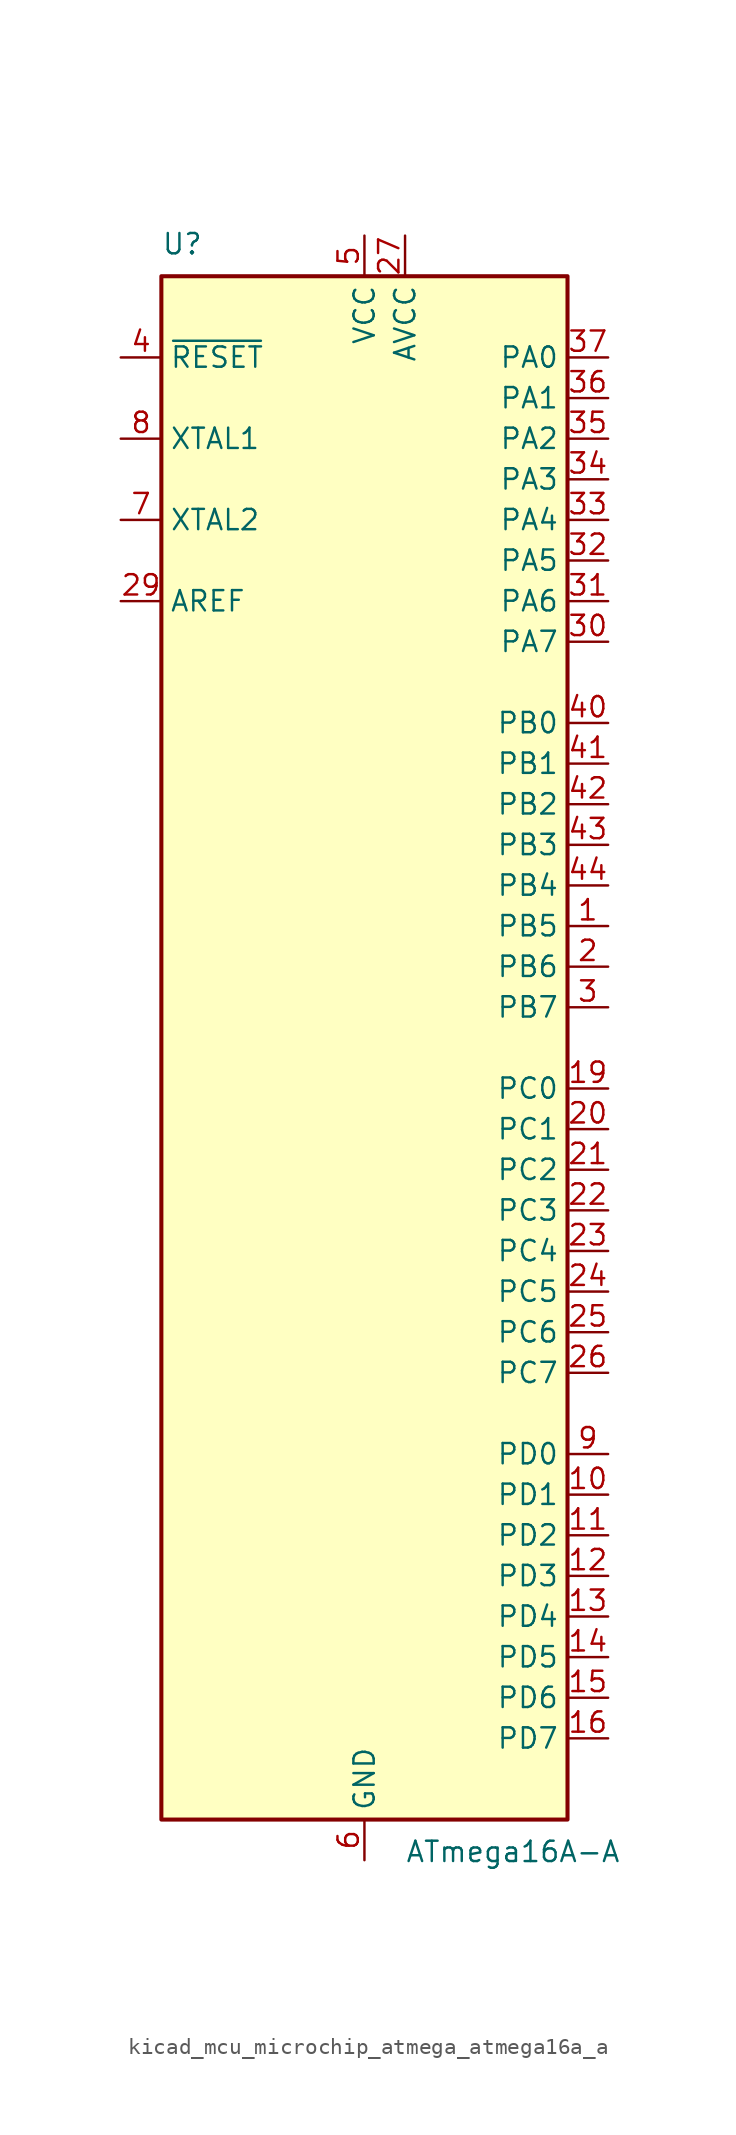
<source format=kicad_sym>
(kicad_symbol_lib
  (version 20220914)
  (generator kicad_symbol_editor)
  (symbol "kicad_mcu_microchip_atmega_atmega16a_a"
    (property "Reference" "U"
      (at -12.7 49.53 0)
      (effects (font (size 1.27 1.27)) (justify left bottom)))
    (property "Value" "ATmega16A-A"
      (at 2.54 -49.53 0)
      (effects (font (size 1.27 1.27)) (justify left top)))
    (symbol "kicad_mcu_microchip_atmega_atmega16a_a_0_1"
      (rectangle (start -12.7 -48.26) (end 12.7 48.26) (stroke (width 0.254) (type default)) (fill (type background))))
    (symbol "kicad_mcu_microchip_atmega_atmega16a_a_1_1"
      (pin bidirectional line (at 15.24 7.62 180) (length 2.54) (name "PB5" (effects (font (size 1.27 1.27)))) (number "1" (effects (font (size 1.27 1.27)))))
      (pin bidirectional line (at 15.24 -27.94 180) (length 2.54) (name "PD1" (effects (font (size 1.27 1.27)))) (number "10" (effects (font (size 1.27 1.27)))))
      (pin bidirectional line (at 15.24 -30.48 180) (length 2.54) (name "PD2" (effects (font (size 1.27 1.27)))) (number "11" (effects (font (size 1.27 1.27)))))
      (pin bidirectional line (at 15.24 -33.02 180) (length 2.54) (name "PD3" (effects (font (size 1.27 1.27)))) (number "12" (effects (font (size 1.27 1.27)))))
      (pin bidirectional line (at 15.24 -35.56 180) (length 2.54) (name "PD4" (effects (font (size 1.27 1.27)))) (number "13" (effects (font (size 1.27 1.27)))))
      (pin bidirectional line (at 15.24 -38.1 180) (length 2.54) (name "PD5" (effects (font (size 1.27 1.27)))) (number "14" (effects (font (size 1.27 1.27)))))
      (pin bidirectional line (at 15.24 -40.64 180) (length 2.54) (name "PD6" (effects (font (size 1.27 1.27)))) (number "15" (effects (font (size 1.27 1.27)))))
      (pin bidirectional line (at 15.24 -43.18 180) (length 2.54) (name "PD7" (effects (font (size 1.27 1.27)))) (number "16" (effects (font (size 1.27 1.27)))))
      (pin passive line (at 0 50.8 270) (length 2.54) hide (name "VCC" (effects (font (size 1.27 1.27)))) (number "17" (effects (font (size 1.27 1.27)))))
      (pin passive line (at 0 -50.8 90) (length 2.54) hide (name "GND" (effects (font (size 1.27 1.27)))) (number "18" (effects (font (size 1.27 1.27)))))
      (pin bidirectional line (at 15.24 -2.54 180) (length 2.54) (name "PC0" (effects (font (size 1.27 1.27)))) (number "19" (effects (font (size 1.27 1.27)))))
      (pin bidirectional line (at 15.24 5.08 180) (length 2.54) (name "PB6" (effects (font (size 1.27 1.27)))) (number "2" (effects (font (size 1.27 1.27)))))
      (pin bidirectional line (at 15.24 -5.08 180) (length 2.54) (name "PC1" (effects (font (size 1.27 1.27)))) (number "20" (effects (font (size 1.27 1.27)))))
      (pin bidirectional line (at 15.24 -7.62 180) (length 2.54) (name "PC2" (effects (font (size 1.27 1.27)))) (number "21" (effects (font (size 1.27 1.27)))))
      (pin bidirectional line (at 15.24 -10.16 180) (length 2.54) (name "PC3" (effects (font (size 1.27 1.27)))) (number "22" (effects (font (size 1.27 1.27)))))
      (pin bidirectional line (at 15.24 -12.7 180) (length 2.54) (name "PC4" (effects (font (size 1.27 1.27)))) (number "23" (effects (font (size 1.27 1.27)))))
      (pin bidirectional line (at 15.24 -15.24 180) (length 2.54) (name "PC5" (effects (font (size 1.27 1.27)))) (number "24" (effects (font (size 1.27 1.27)))))
      (pin bidirectional line (at 15.24 -17.78 180) (length 2.54) (name "PC6" (effects (font (size 1.27 1.27)))) (number "25" (effects (font (size 1.27 1.27)))))
      (pin bidirectional line (at 15.24 -20.32 180) (length 2.54) (name "PC7" (effects (font (size 1.27 1.27)))) (number "26" (effects (font (size 1.27 1.27)))))
      (pin power_in line (at 2.54 50.8 270) (length 2.54) (name "AVCC" (effects (font (size 1.27 1.27)))) (number "27" (effects (font (size 1.27 1.27)))))
      (pin passive line (at 0 -50.8 90) (length 2.54) hide (name "GND" (effects (font (size 1.27 1.27)))) (number "28" (effects (font (size 1.27 1.27)))))
      (pin passive line (at -15.24 27.94 0) (length 2.54) (name "AREF" (effects (font (size 1.27 1.27)))) (number "29" (effects (font (size 1.27 1.27)))))
      (pin bidirectional line (at 15.24 2.54 180) (length 2.54) (name "PB7" (effects (font (size 1.27 1.27)))) (number "3" (effects (font (size 1.27 1.27)))))
      (pin bidirectional line (at 15.24 25.4 180) (length 2.54) (name "PA7" (effects (font (size 1.27 1.27)))) (number "30" (effects (font (size 1.27 1.27)))))
      (pin bidirectional line (at 15.24 27.94 180) (length 2.54) (name "PA6" (effects (font (size 1.27 1.27)))) (number "31" (effects (font (size 1.27 1.27)))))
      (pin bidirectional line (at 15.24 30.48 180) (length 2.54) (name "PA5" (effects (font (size 1.27 1.27)))) (number "32" (effects (font (size 1.27 1.27)))))
      (pin bidirectional line (at 15.24 33.02 180) (length 2.54) (name "PA4" (effects (font (size 1.27 1.27)))) (number "33" (effects (font (size 1.27 1.27)))))
      (pin bidirectional line (at 15.24 35.56 180) (length 2.54) (name "PA3" (effects (font (size 1.27 1.27)))) (number "34" (effects (font (size 1.27 1.27)))))
      (pin bidirectional line (at 15.24 38.1 180) (length 2.54) (name "PA2" (effects (font (size 1.27 1.27)))) (number "35" (effects (font (size 1.27 1.27)))))
      (pin bidirectional line (at 15.24 40.64 180) (length 2.54) (name "PA1" (effects (font (size 1.27 1.27)))) (number "36" (effects (font (size 1.27 1.27)))))
      (pin bidirectional line (at 15.24 43.18 180) (length 2.54) (name "PA0" (effects (font (size 1.27 1.27)))) (number "37" (effects (font (size 1.27 1.27)))))
      (pin passive line (at 0 50.8 270) (length 2.54) hide (name "VCC" (effects (font (size 1.27 1.27)))) (number "38" (effects (font (size 1.27 1.27)))))
      (pin passive line (at 0 -50.8 90) (length 2.54) hide (name "GND" (effects (font (size 1.27 1.27)))) (number "39" (effects (font (size 1.27 1.27)))))
      (pin input line (at -15.24 43.18 0) (length 2.54) (name "~{RESET}" (effects (font (size 1.27 1.27)))) (number "4" (effects (font (size 1.27 1.27)))))
      (pin bidirectional line (at 15.24 20.32 180) (length 2.54) (name "PB0" (effects (font (size 1.27 1.27)))) (number "40" (effects (font (size 1.27 1.27)))))
      (pin bidirectional line (at 15.24 17.78 180) (length 2.54) (name "PB1" (effects (font (size 1.27 1.27)))) (number "41" (effects (font (size 1.27 1.27)))))
      (pin bidirectional line (at 15.24 15.24 180) (length 2.54) (name "PB2" (effects (font (size 1.27 1.27)))) (number "42" (effects (font (size 1.27 1.27)))))
      (pin bidirectional line (at 15.24 12.7 180) (length 2.54) (name "PB3" (effects (font (size 1.27 1.27)))) (number "43" (effects (font (size 1.27 1.27)))))
      (pin bidirectional line (at 15.24 10.16 180) (length 2.54) (name "PB4" (effects (font (size 1.27 1.27)))) (number "44" (effects (font (size 1.27 1.27)))))
      (pin power_in line (at 0 50.8 270) (length 2.54) (name "VCC" (effects (font (size 1.27 1.27)))) (number "5" (effects (font (size 1.27 1.27)))))
      (pin power_in line (at 0 -50.8 90) (length 2.54) (name "GND" (effects (font (size 1.27 1.27)))) (number "6" (effects (font (size 1.27 1.27)))))
      (pin output line (at -15.24 33.02 0) (length 2.54) (name "XTAL2" (effects (font (size 1.27 1.27)))) (number "7" (effects (font (size 1.27 1.27)))))
      (pin input line (at -15.24 38.1 0) (length 2.54) (name "XTAL1" (effects (font (size 1.27 1.27)))) (number "8" (effects (font (size 1.27 1.27)))))
      (pin bidirectional line (at 15.24 -25.4 180) (length 2.54) (name "PD0" (effects (font (size 1.27 1.27)))) (number "9" (effects (font (size 1.27 1.27))))))))
</source>
